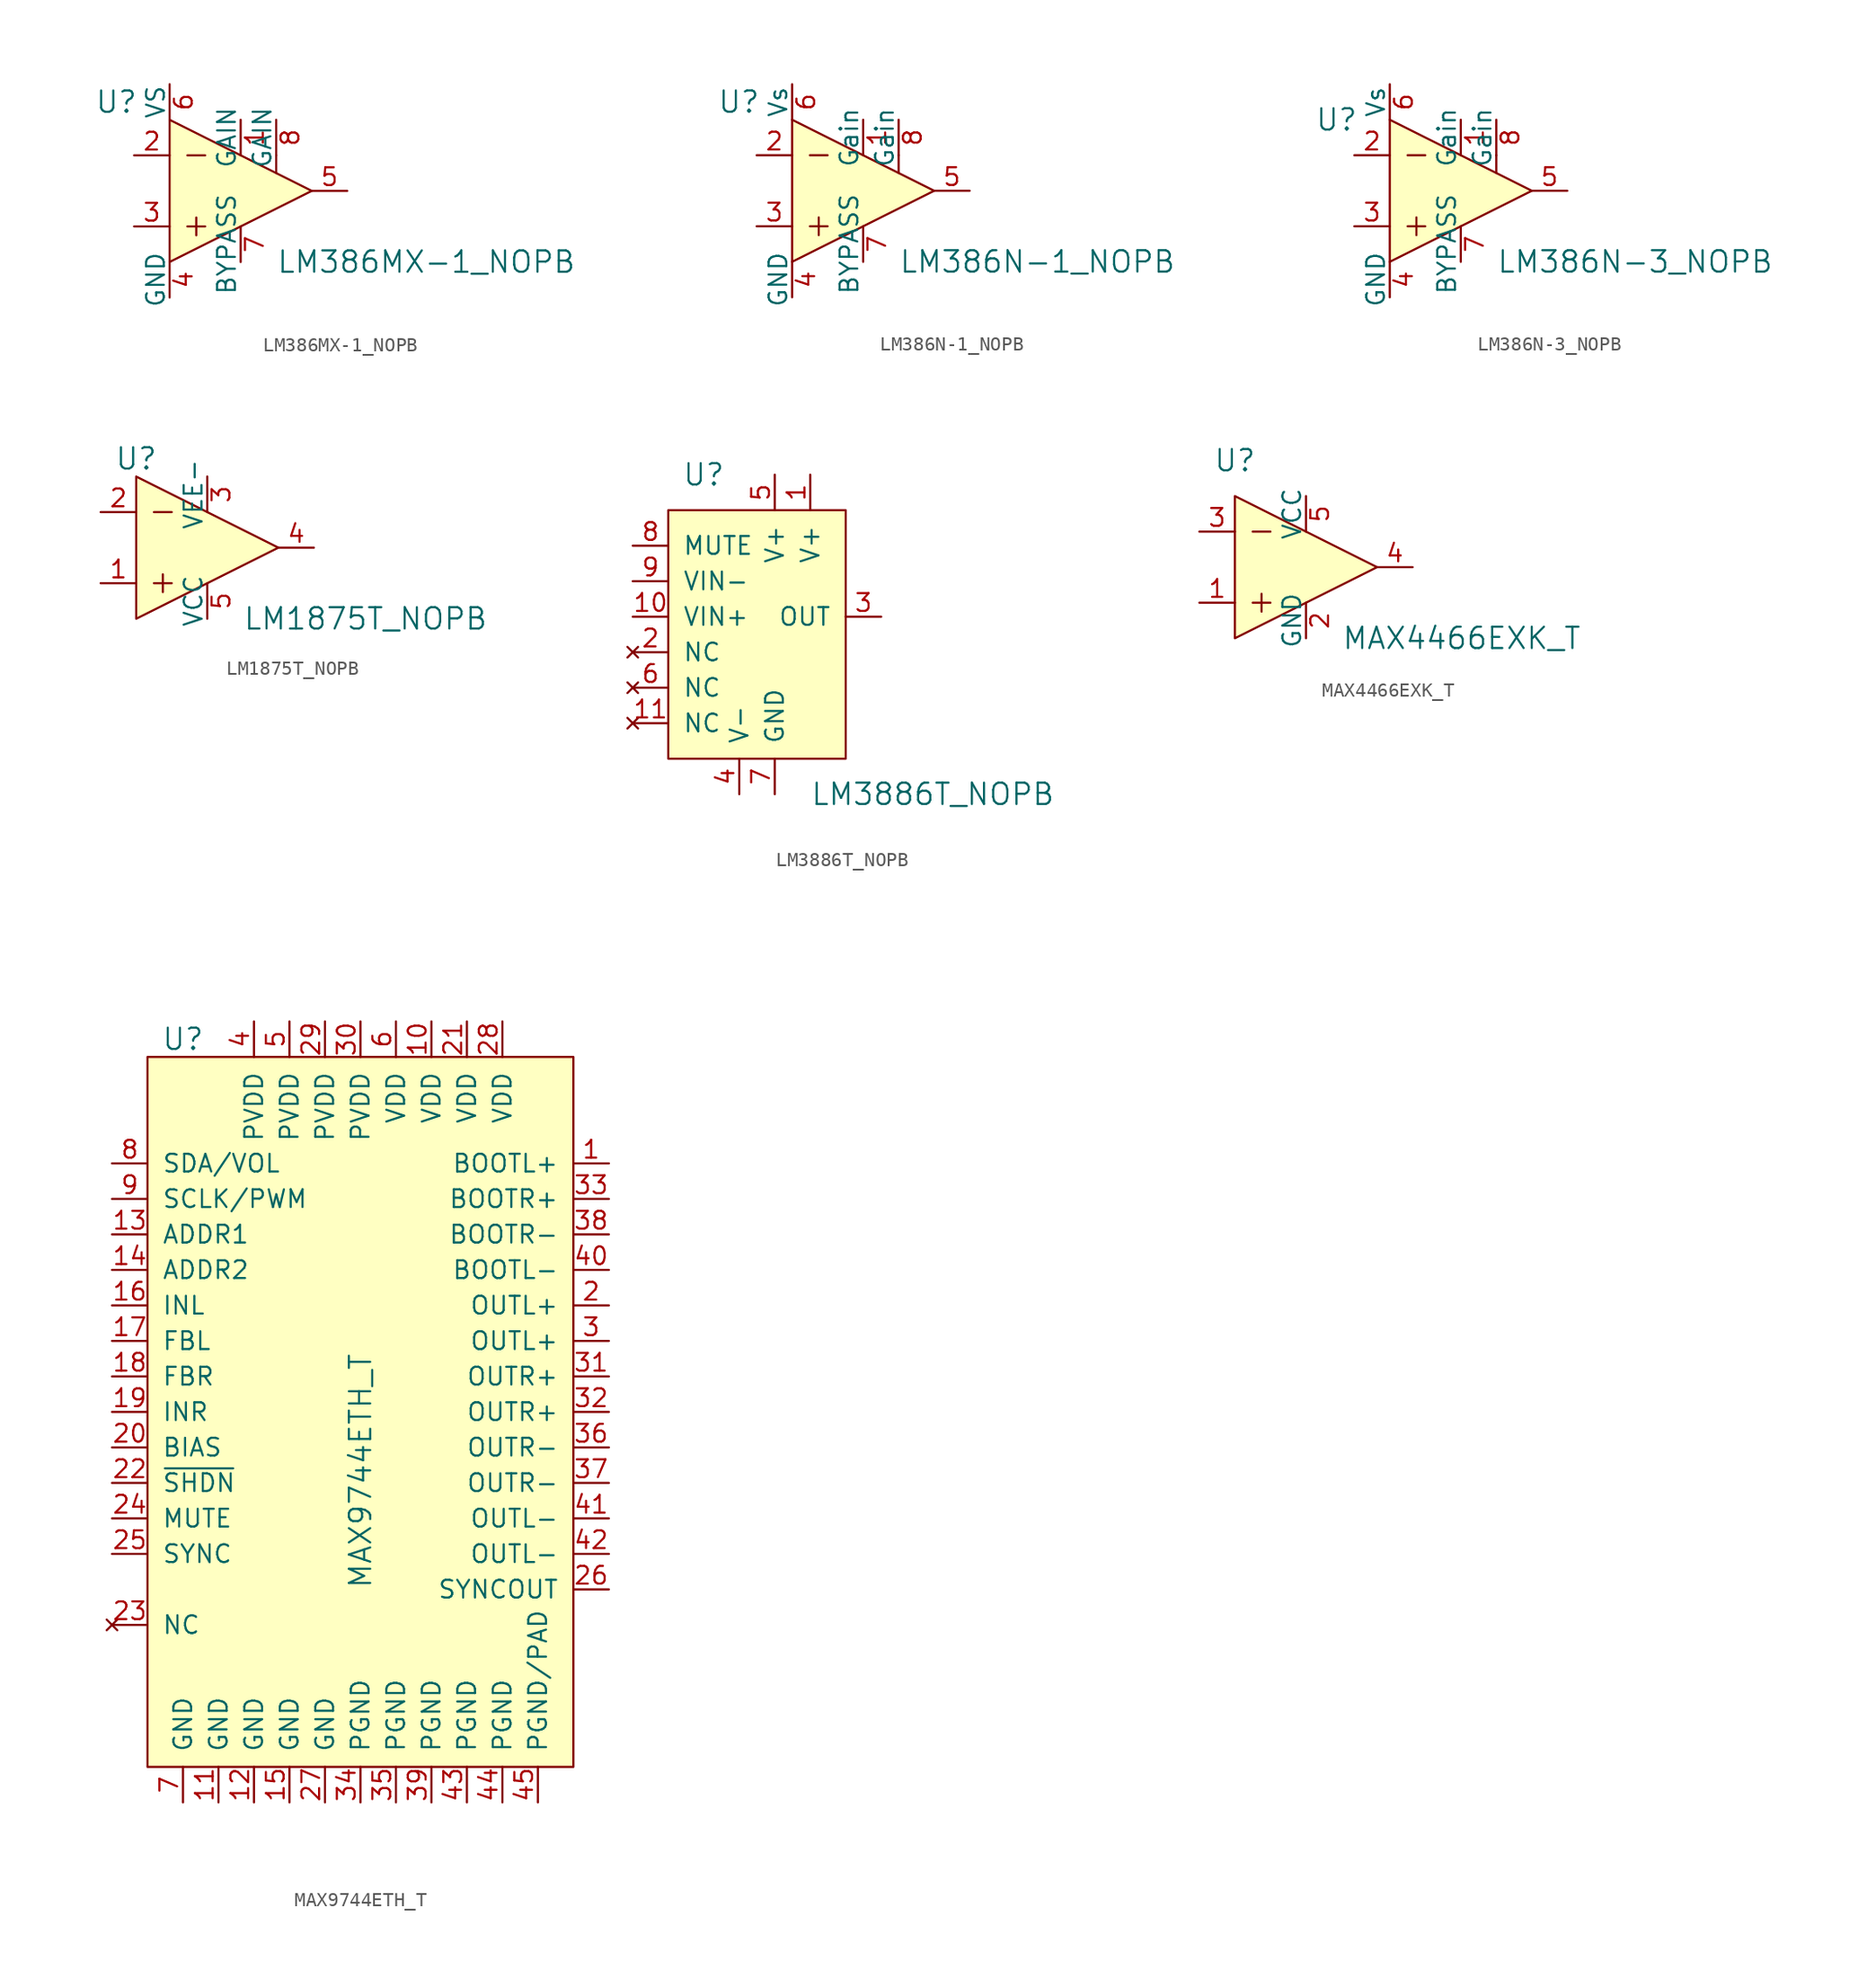
<source format=kicad_sym>
(kicad_symbol_lib
  (version 20231120)
  (generator "kicad_symbol_editor")
  (generator_version "8.0")
  (symbol "LM386MX-1_NOPB"
    (pin_names
      (offset 0))
    (property "Reference" "U"
      (at -8.89 6.35 0)
      (effects (font (size 1.524 1.524))))
    (property "Value" "LM386MX-1_NOPB"
      (at 2.54 -5.08 0)
      (effects (font (size 1.524 1.524)) (justify left)))
    (symbol "LM386MX-1_NOPB_0_1"
      (polyline (pts (xy -3.81 -2.54) (xy -2.54 -2.54)) (stroke (width 0) (type solid)) (fill (type none)))
      (polyline (pts (xy -3.81 2.54) (xy -2.54 2.54)) (stroke (width 0) (type solid)) (fill (type none)))
      (polyline (pts (xy -3.175 -1.905) (xy -3.175 -3.175)) (stroke (width 0) (type solid)) (fill (type none)))
      (polyline (pts (xy 2.54 2.54) (xy 2.54 1.27)) (stroke (width 0) (type solid)) (fill (type none)))
      (polyline (pts (xy -5.08 5.08) (xy -5.08 -5.08) (xy 5.08 0) (xy -5.08 5.08)) (stroke (width 0) (type solid)) (fill (type background))))
    (symbol "LM386MX-1_NOPB_1_1"
      (pin passive line (at 0 5.08 270) (length 2.54) (name "GAIN" (effects (font (size 1.27 1.27)))) (number "1" (effects (font (size 1.27 1.27)))))
      (pin input line (at -7.62 2.54 0) (length 2.54) (name "~" (effects (font (size 1.27 1.27)))) (number "2" (effects (font (size 1.27 1.27)))))
      (pin input line (at -7.62 -2.54 0) (length 2.54) (name "~" (effects (font (size 1.27 1.27)))) (number "3" (effects (font (size 1.27 1.27)))))
      (pin power_in line (at -5.08 -7.62 90) (length 2.54) (name "GND" (effects (font (size 1.27 1.27)))) (number "4" (effects (font (size 1.27 1.27)))))
      (pin output line (at 7.62 0 180) (length 2.54) (name "~" (effects (font (size 1.27 1.27)))) (number "5" (effects (font (size 1.27 1.27)))))
      (pin power_in line (at -5.08 7.62 270) (length 2.54) (name "VS" (effects (font (size 1.27 1.27)))) (number "6" (effects (font (size 1.27 1.27)))))
      (pin output line (at 0 -5.08 90) (length 2.54) (name "BYPASS" (effects (font (size 1.27 1.27)))) (number "7" (effects (font (size 1.27 1.27)))))
      (pin passive line (at 2.54 5.08 270) (length 2.54) (name "GAIN" (effects (font (size 1.27 1.27)))) (number "8" (effects (font (size 1.27 1.27)))))))
  (symbol "LM386N-1_NOPB"
    (pin_names
      (offset 0))
    (property "Reference" "U"
      (at -8.89 6.35 0)
      (effects (font (size 1.524 1.524))))
    (property "Value" "LM386N-1_NOPB"
      (at 2.54 -5.08 0)
      (effects (font (size 1.524 1.524)) (justify left)))
    (symbol "LM386N-1_NOPB_0_1"
      (polyline (pts (xy -3.81 -2.54) (xy -2.54 -2.54)) (stroke (width 0) (type solid)) (fill (type none)))
      (polyline (pts (xy -3.81 2.54) (xy -2.54 2.54)) (stroke (width 0) (type solid)) (fill (type none)))
      (polyline (pts (xy -3.175 -1.905) (xy -3.175 -3.175)) (stroke (width 0) (type solid)) (fill (type none)))
      (polyline (pts (xy 2.54 2.54) (xy 2.54 1.27)) (stroke (width 0) (type solid)) (fill (type none)))
      (polyline (pts (xy -5.08 5.08) (xy -5.08 -5.08) (xy 5.08 0) (xy -5.08 5.08)) (stroke (width 0) (type solid)) (fill (type background))))
    (symbol "LM386N-1_NOPB_1_1"
      (pin input line (at 0 5.08 270) (length 2.54) (name "Gain" (effects (font (size 1.27 1.27)))) (number "1" (effects (font (size 1.27 1.27)))))
      (pin input line (at -7.62 2.54 0) (length 2.54) (name "~" (effects (font (size 1.27 1.27)))) (number "2" (effects (font (size 1.27 1.27)))))
      (pin input line (at -7.62 -2.54 0) (length 2.54) (name "~" (effects (font (size 1.27 1.27)))) (number "3" (effects (font (size 1.27 1.27)))))
      (pin power_in line (at -5.08 -7.62 90) (length 2.54) (name "GND" (effects (font (size 1.27 1.27)))) (number "4" (effects (font (size 1.27 1.27)))))
      (pin output line (at 7.62 0 180) (length 2.54) (name "~" (effects (font (size 1.27 1.27)))) (number "5" (effects (font (size 1.27 1.27)))))
      (pin power_in line (at -5.08 7.62 270) (length 2.54) (name "Vs" (effects (font (size 1.27 1.27)))) (number "6" (effects (font (size 1.27 1.27)))))
      (pin output line (at 0 -5.08 90) (length 2.54) (name "BYPASS" (effects (font (size 1.27 1.27)))) (number "7" (effects (font (size 1.27 1.27)))))
      (pin input line (at 2.54 5.08 270) (length 2.54) (name "Gain" (effects (font (size 1.27 1.27)))) (number "8" (effects (font (size 1.27 1.27)))))))
  (symbol "LM386N-3_NOPB"
    (pin_names
      (offset 0))
    (property "Reference" "U"
      (at -8.89 5.08 0)
      (effects (font (size 1.524 1.524))))
    (property "Value" "LM386N-3_NOPB"
      (at 2.54 -5.08 0)
      (effects (font (size 1.524 1.524)) (justify left)))
    (symbol "LM386N-3_NOPB_0_1"
      (polyline (pts (xy -3.81 -2.54) (xy -2.54 -2.54)) (stroke (width 0) (type solid)) (fill (type none)))
      (polyline (pts (xy -3.81 2.54) (xy -2.54 2.54)) (stroke (width 0) (type solid)) (fill (type none)))
      (polyline (pts (xy -3.175 -1.905) (xy -3.175 -3.175)) (stroke (width 0) (type solid)) (fill (type none)))
      (polyline (pts (xy 2.54 2.54) (xy 2.54 1.27)) (stroke (width 0) (type solid)) (fill (type none)))
      (polyline (pts (xy -5.08 5.08) (xy -5.08 -5.08) (xy 5.08 0) (xy -5.08 5.08)) (stroke (width 0) (type solid)) (fill (type background))))
    (symbol "LM386N-3_NOPB_1_1"
      (pin input line (at 0 5.08 270) (length 2.54) (name "Gain" (effects (font (size 1.27 1.27)))) (number "1" (effects (font (size 1.27 1.27)))))
      (pin input line (at -7.62 2.54 0) (length 2.54) (name "~" (effects (font (size 1.27 1.27)))) (number "2" (effects (font (size 1.27 1.27)))))
      (pin input line (at -7.62 -2.54 0) (length 2.54) (name "~" (effects (font (size 1.27 1.27)))) (number "3" (effects (font (size 1.27 1.27)))))
      (pin power_in line (at -5.08 -7.62 90) (length 2.54) (name "GND" (effects (font (size 1.27 1.27)))) (number "4" (effects (font (size 1.27 1.27)))))
      (pin output line (at 7.62 0 180) (length 2.54) (name "~" (effects (font (size 1.27 1.27)))) (number "5" (effects (font (size 1.27 1.27)))))
      (pin power_in line (at -5.08 7.62 270) (length 2.54) (name "Vs" (effects (font (size 1.27 1.27)))) (number "6" (effects (font (size 1.27 1.27)))))
      (pin output line (at 0 -5.08 90) (length 2.54) (name "BYPASS" (effects (font (size 1.27 1.27)))) (number "7" (effects (font (size 1.27 1.27)))))
      (pin input line (at 2.54 5.08 270) (length 2.54) (name "Gain" (effects (font (size 1.27 1.27)))) (number "8" (effects (font (size 1.27 1.27)))))))
  (symbol "LM1875T_NOPB"
    (pin_names
      (offset 0))
    (property "Reference" "U"
      (at -5.08 6.35 0)
      (effects (font (size 1.524 1.524))))
    (property "Value" "LM1875T_NOPB"
      (at 2.54 -5.08 0)
      (effects (font (size 1.524 1.524)) (justify left)))
    (symbol "LM1875T_NOPB_0_1"
      (polyline (pts (xy -3.81 -2.54) (xy -2.54 -2.54)) (stroke (width 0) (type solid)) (fill (type none)))
      (polyline (pts (xy -3.81 2.54) (xy -2.54 2.54)) (stroke (width 0) (type solid)) (fill (type none)))
      (polyline (pts (xy -3.175 -1.905) (xy -3.175 -3.175)) (stroke (width 0) (type solid)) (fill (type none)))
      (polyline (pts (xy 5.08 0) (xy -5.08 5.08) (xy -5.08 -5.08) (xy 5.08 0)) (stroke (width 0) (type solid)) (fill (type background))))
    (symbol "LM1875T_NOPB_1_1"
      (pin input line (at -7.62 -2.54 0) (length 2.54) (name "~" (effects (font (size 1.27 1.27)))) (number "1" (effects (font (size 1.27 1.27)))))
      (pin input line (at -7.62 2.54 0) (length 2.54) (name "~" (effects (font (size 1.27 1.27)))) (number "2" (effects (font (size 1.27 1.27)))))
      (pin power_in line (at 0 5.08 270) (length 2.54) (name "VEE-" (effects (font (size 1.27 1.27)))) (number "3" (effects (font (size 1.27 1.27)))))
      (pin output line (at 7.62 0 180) (length 2.54) (name "~" (effects (font (size 1.27 1.27)))) (number "4" (effects (font (size 1.27 1.27)))))
      (pin power_in line (at 0 -5.08 90) (length 2.54) (name "VCC" (effects (font (size 1.27 1.27)))) (number "5" (effects (font (size 1.27 1.27)))))))
  (symbol "LM3886T_NOPB"
    (pin_names
      (offset 1.016))
    (property "Reference" "U"
      (at -5.08 5.08 0)
      (effects (font (size 1.524 1.524))))
    (property "Value" "LM3886T_NOPB"
      (at 2.54 -17.78 0)
      (effects (font (size 1.524 1.524)) (justify left)))
    (symbol "LM3886T_NOPB_0_1"
      (rectangle (start -7.62 2.54) (end 5.08 -15.24) (stroke (width 0) (type solid)) (fill (type background))))
    (symbol "LM3886T_NOPB_1_1"
      (pin power_in line (at 2.54 5.08 270) (length 2.54) (name "V+" (effects (font (size 1.27 1.27)))) (number "1" (effects (font (size 1.27 1.27)))))
      (pin input line (at -10.16 -5.08 0) (length 2.54) (name "VIN+" (effects (font (size 1.27 1.27)))) (number "10" (effects (font (size 1.27 1.27)))))
      (pin no_connect line (at -10.16 -12.7 0) (length 2.54) (name "NC" (effects (font (size 1.27 1.27)))) (number "11" (effects (font (size 1.27 1.27)))))
      (pin no_connect line (at -10.16 -7.62 0) (length 2.54) (name "NC" (effects (font (size 1.27 1.27)))) (number "2" (effects (font (size 1.27 1.27)))))
      (pin output line (at 7.62 -5.08 180) (length 2.54) (name "OUT" (effects (font (size 1.27 1.27)))) (number "3" (effects (font (size 1.27 1.27)))))
      (pin power_in line (at -2.54 -17.78 90) (length 2.54) (name "V-" (effects (font (size 1.27 1.27)))) (number "4" (effects (font (size 1.27 1.27)))))
      (pin power_in line (at 0 5.08 270) (length 2.54) (name "V+" (effects (font (size 1.27 1.27)))) (number "5" (effects (font (size 1.27 1.27)))))
      (pin no_connect line (at -10.16 -10.16 0) (length 2.54) (name "NC" (effects (font (size 1.27 1.27)))) (number "6" (effects (font (size 1.27 1.27)))))
      (pin power_in line (at 0 -17.78 90) (length 2.54) (name "GND" (effects (font (size 1.27 1.27)))) (number "7" (effects (font (size 1.27 1.27)))))
      (pin input line (at -10.16 0 0) (length 2.54) (name "MUTE" (effects (font (size 1.27 1.27)))) (number "8" (effects (font (size 1.27 1.27)))))
      (pin input line (at -10.16 -2.54 0) (length 2.54) (name "VIN-" (effects (font (size 1.27 1.27)))) (number "9" (effects (font (size 1.27 1.27)))))))
  (symbol "MAX4466EXK_T"
    (pin_names
      (offset 0))
    (property "Reference" "U"
      (at -5.08 7.62 0)
      (effects (font (size 1.524 1.524))))
    (property "Value" "MAX4466EXK_T"
      (at 2.54 -5.08 0)
      (effects (font (size 1.524 1.524)) (justify left)))
    (symbol "MAX4466EXK_T_0_1"
      (polyline (pts (xy -3.81 -2.54) (xy -2.54 -2.54)) (stroke (width 0) (type solid)) (fill (type none)))
      (polyline (pts (xy -3.81 2.54) (xy -2.54 2.54)) (stroke (width 0) (type solid)) (fill (type none)))
      (polyline (pts (xy -3.175 -1.905) (xy -3.175 -3.175)) (stroke (width 0) (type solid)) (fill (type none)))
      (polyline (pts (xy -5.08 5.08) (xy -5.08 -5.08) (xy 5.08 0) (xy -5.08 5.08)) (stroke (width 0) (type solid)) (fill (type background))))
    (symbol "MAX4466EXK_T_1_1"
      (pin input line (at -7.62 -2.54 0) (length 2.54) (name "~" (effects (font (size 1.27 1.27)))) (number "1" (effects (font (size 1.27 1.27)))))
      (pin power_in line (at 0 -5.08 90) (length 2.54) (name "GND" (effects (font (size 1.27 1.27)))) (number "2" (effects (font (size 1.27 1.27)))))
      (pin input line (at -7.62 2.54 0) (length 2.54) (name "~" (effects (font (size 1.27 1.27)))) (number "3" (effects (font (size 1.27 1.27)))))
      (pin output line (at 7.62 0 180) (length 2.54) (name "~" (effects (font (size 1.27 1.27)))) (number "4" (effects (font (size 1.27 1.27)))))
      (pin power_in line (at 0 5.08 270) (length 2.54) (name "VCC" (effects (font (size 1.27 1.27)))) (number "5" (effects (font (size 1.27 1.27)))))))
  (symbol "MAX9744ETH_T"
    (pin_names
      (offset 1.016))
    (property "Reference" "U"
      (at -15.24 24.13 0)
      (effects (font (size 1.524 1.524))))
    (property "Value" "MAX9744ETH_T"
      (at -2.54 -15.24 90)
      (effects (font (size 1.524 1.524)) (justify left)))
    (symbol "MAX9744ETH_T_0_1"
      (rectangle (start -17.78 22.86) (end 12.7 -27.94) (stroke (width 0) (type solid)) (fill (type background))))
    (symbol "MAX9744ETH_T_1_1"
      (pin output line (at 15.24 15.24 180) (length 2.54) (name "BOOTL+" (effects (font (size 1.27 1.27)))) (number "1" (effects (font (size 1.27 1.27)))))
      (pin power_in line (at 2.54 25.4 270) (length 2.54) (name "VDD" (effects (font (size 1.27 1.27)))) (number "10" (effects (font (size 1.27 1.27)))))
      (pin power_in line (at -12.7 -30.48 90) (length 2.54) (name "GND" (effects (font (size 1.27 1.27)))) (number "11" (effects (font (size 1.27 1.27)))))
      (pin power_in line (at -10.16 -30.48 90) (length 2.54) (name "GND" (effects (font (size 1.27 1.27)))) (number "12" (effects (font (size 1.27 1.27)))))
      (pin input line (at -20.32 10.16 0) (length 2.54) (name "ADDR1" (effects (font (size 1.27 1.27)))) (number "13" (effects (font (size 1.27 1.27)))))
      (pin input line (at -20.32 7.62 0) (length 2.54) (name "ADDR2" (effects (font (size 1.27 1.27)))) (number "14" (effects (font (size 1.27 1.27)))))
      (pin power_in line (at -7.62 -30.48 90) (length 2.54) (name "GND" (effects (font (size 1.27 1.27)))) (number "15" (effects (font (size 1.27 1.27)))))
      (pin input line (at -20.32 5.08 0) (length 2.54) (name "INL" (effects (font (size 1.27 1.27)))) (number "16" (effects (font (size 1.27 1.27)))))
      (pin passive line (at -20.32 2.54 0) (length 2.54) (name "FBL" (effects (font (size 1.27 1.27)))) (number "17" (effects (font (size 1.27 1.27)))))
      (pin passive line (at -20.32 0 0) (length 2.54) (name "FBR" (effects (font (size 1.27 1.27)))) (number "18" (effects (font (size 1.27 1.27)))))
      (pin input line (at -20.32 -2.54 0) (length 2.54) (name "INR" (effects (font (size 1.27 1.27)))) (number "19" (effects (font (size 1.27 1.27)))))
      (pin output line (at 15.24 5.08 180) (length 2.54) (name "OUTL+" (effects (font (size 1.27 1.27)))) (number "2" (effects (font (size 1.27 1.27)))))
      (pin passive line (at -20.32 -5.08 0) (length 2.54) (name "BIAS" (effects (font (size 1.27 1.27)))) (number "20" (effects (font (size 1.27 1.27)))))
      (pin power_in line (at 5.08 25.4 270) (length 2.54) (name "VDD" (effects (font (size 1.27 1.27)))) (number "21" (effects (font (size 1.27 1.27)))))
      (pin input line (at -20.32 -7.62 0) (length 2.54) (name "~{SHDN}" (effects (font (size 1.27 1.27)))) (number "22" (effects (font (size 1.27 1.27)))))
      (pin no_connect line (at -20.32 -17.78 0) (length 2.54) (name "NC" (effects (font (size 1.27 1.27)))) (number "23" (effects (font (size 1.27 1.27)))))
      (pin input line (at -20.32 -10.16 0) (length 2.54) (name "MUTE" (effects (font (size 1.27 1.27)))) (number "24" (effects (font (size 1.27 1.27)))))
      (pin input line (at -20.32 -12.7 0) (length 2.54) (name "SYNC" (effects (font (size 1.27 1.27)))) (number "25" (effects (font (size 1.27 1.27)))))
      (pin output line (at 15.24 -15.24 180) (length 2.54) (name "SYNCOUT" (effects (font (size 1.27 1.27)))) (number "26" (effects (font (size 1.27 1.27)))))
      (pin power_in line (at -5.08 -30.48 90) (length 2.54) (name "GND" (effects (font (size 1.27 1.27)))) (number "27" (effects (font (size 1.27 1.27)))))
      (pin power_in line (at 7.62 25.4 270) (length 2.54) (name "VDD" (effects (font (size 1.27 1.27)))) (number "28" (effects (font (size 1.27 1.27)))))
      (pin power_in line (at -5.08 25.4 270) (length 2.54) (name "PVDD" (effects (font (size 1.27 1.27)))) (number "29" (effects (font (size 1.27 1.27)))))
      (pin output line (at 15.24 2.54 180) (length 2.54) (name "OUTL+" (effects (font (size 1.27 1.27)))) (number "3" (effects (font (size 1.27 1.27)))))
      (pin power_in line (at -2.54 25.4 270) (length 2.54) (name "PVDD" (effects (font (size 1.27 1.27)))) (number "30" (effects (font (size 1.27 1.27)))))
      (pin output line (at 15.24 0 180) (length 2.54) (name "OUTR+" (effects (font (size 1.27 1.27)))) (number "31" (effects (font (size 1.27 1.27)))))
      (pin output line (at 15.24 -2.54 180) (length 2.54) (name "OUTR+" (effects (font (size 1.27 1.27)))) (number "32" (effects (font (size 1.27 1.27)))))
      (pin output line (at 15.24 12.7 180) (length 2.54) (name "BOOTR+" (effects (font (size 1.27 1.27)))) (number "33" (effects (font (size 1.27 1.27)))))
      (pin power_in line (at -2.54 -30.48 90) (length 2.54) (name "PGND" (effects (font (size 1.27 1.27)))) (number "34" (effects (font (size 1.27 1.27)))))
      (pin power_in line (at 0 -30.48 90) (length 2.54) (name "PGND" (effects (font (size 1.27 1.27)))) (number "35" (effects (font (size 1.27 1.27)))))
      (pin output line (at 15.24 -5.08 180) (length 2.54) (name "OUTR-" (effects (font (size 1.27 1.27)))) (number "36" (effects (font (size 1.27 1.27)))))
      (pin output line (at 15.24 -7.62 180) (length 2.54) (name "OUTR-" (effects (font (size 1.27 1.27)))) (number "37" (effects (font (size 1.27 1.27)))))
      (pin output line (at 15.24 10.16 180) (length 2.54) (name "BOOTR-" (effects (font (size 1.27 1.27)))) (number "38" (effects (font (size 1.27 1.27)))))
      (pin power_in line (at 2.54 -30.48 90) (length 2.54) (name "PGND" (effects (font (size 1.27 1.27)))) (number "39" (effects (font (size 1.27 1.27)))))
      (pin power_in line (at -10.16 25.4 270) (length 2.54) (name "PVDD" (effects (font (size 1.27 1.27)))) (number "4" (effects (font (size 1.27 1.27)))))
      (pin output line (at 15.24 7.62 180) (length 2.54) (name "BOOTL-" (effects (font (size 1.27 1.27)))) (number "40" (effects (font (size 1.27 1.27)))))
      (pin output line (at 15.24 -10.16 180) (length 2.54) (name "OUTL-" (effects (font (size 1.27 1.27)))) (number "41" (effects (font (size 1.27 1.27)))))
      (pin output line (at 15.24 -12.7 180) (length 2.54) (name "OUTL-" (effects (font (size 1.27 1.27)))) (number "42" (effects (font (size 1.27 1.27)))))
      (pin power_in line (at 5.08 -30.48 90) (length 2.54) (name "PGND" (effects (font (size 1.27 1.27)))) (number "43" (effects (font (size 1.27 1.27)))))
      (pin power_in line (at 7.62 -30.48 90) (length 2.54) (name "PGND" (effects (font (size 1.27 1.27)))) (number "44" (effects (font (size 1.27 1.27)))))
      (pin power_in line (at 10.16 -30.48 90) (length 2.54) (name "PGND/PAD" (effects (font (size 1.27 1.27)))) (number "45" (effects (font (size 1.27 1.27)))))
      (pin power_in line (at -7.62 25.4 270) (length 2.54) (name "PVDD" (effects (font (size 1.27 1.27)))) (number "5" (effects (font (size 1.27 1.27)))))
      (pin power_in line (at 0 25.4 270) (length 2.54) (name "VDD" (effects (font (size 1.27 1.27)))) (number "6" (effects (font (size 1.27 1.27)))))
      (pin power_in line (at -15.24 -30.48 90) (length 2.54) (name "GND" (effects (font (size 1.27 1.27)))) (number "7" (effects (font (size 1.27 1.27)))))
      (pin bidirectional line (at -20.32 15.24 0) (length 2.54) (name "SDA/VOL" (effects (font (size 1.27 1.27)))) (number "8" (effects (font (size 1.27 1.27)))))
      (pin input line (at -20.32 12.7 0) (length 2.54) (name "SCLK/PWM" (effects (font (size 1.27 1.27)))) (number "9" (effects (font (size 1.27 1.27))))))))
</source>
